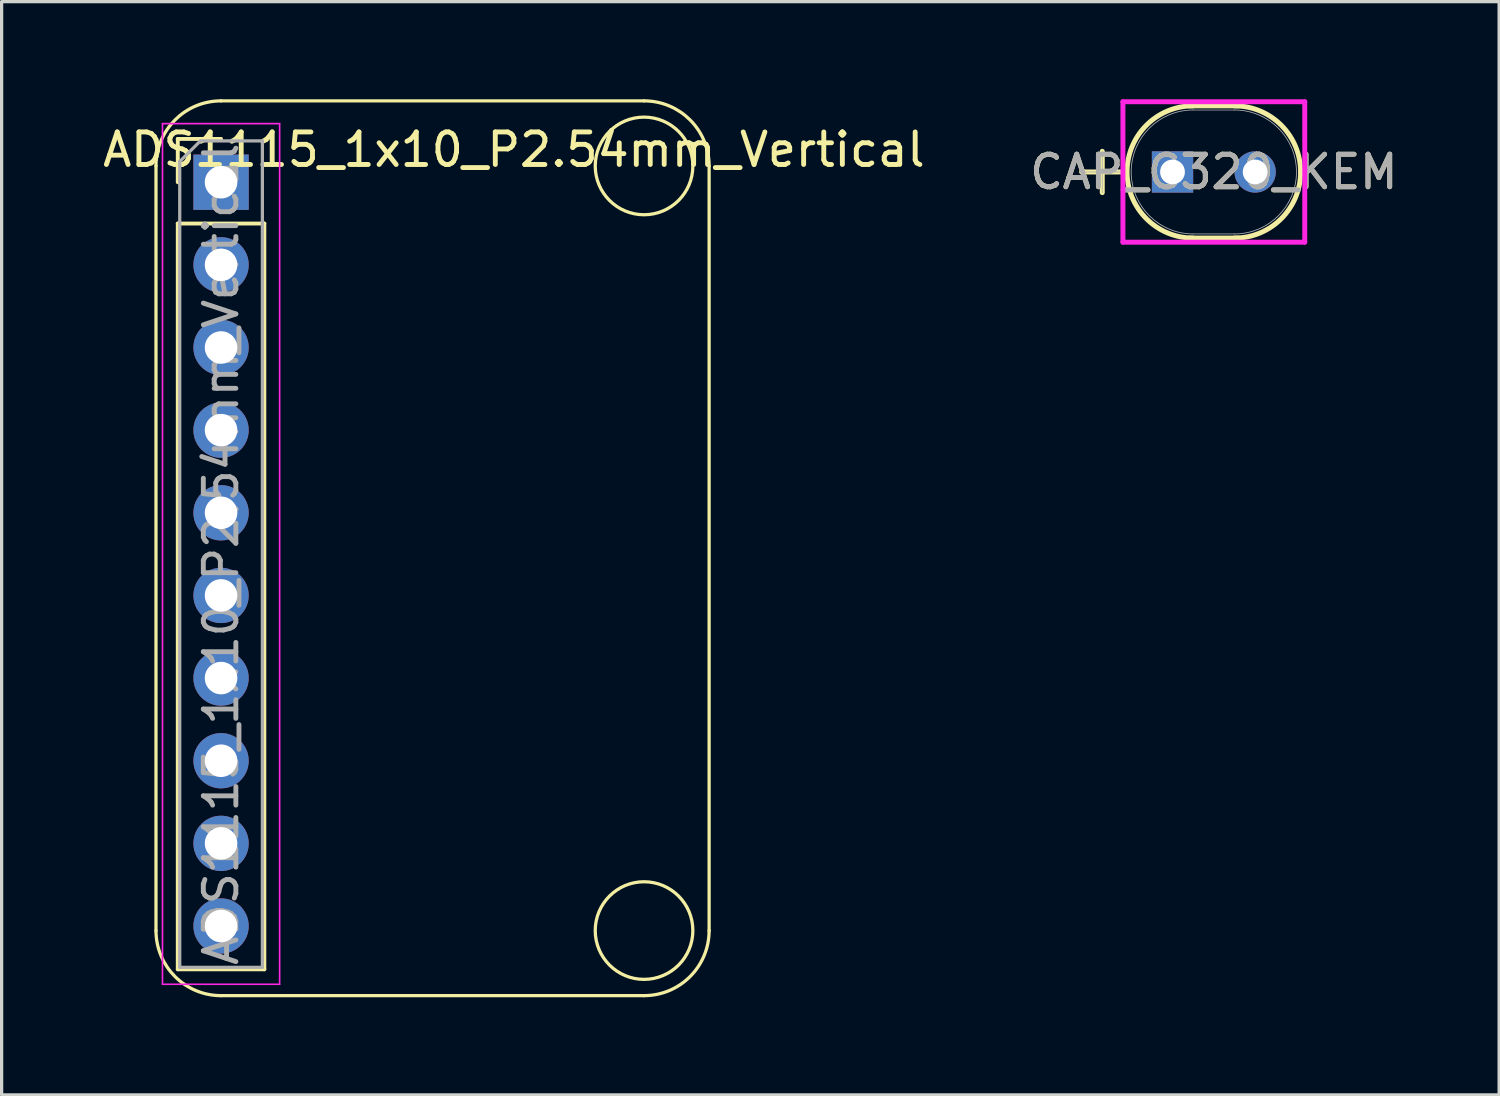
<source format=kicad_pcb>
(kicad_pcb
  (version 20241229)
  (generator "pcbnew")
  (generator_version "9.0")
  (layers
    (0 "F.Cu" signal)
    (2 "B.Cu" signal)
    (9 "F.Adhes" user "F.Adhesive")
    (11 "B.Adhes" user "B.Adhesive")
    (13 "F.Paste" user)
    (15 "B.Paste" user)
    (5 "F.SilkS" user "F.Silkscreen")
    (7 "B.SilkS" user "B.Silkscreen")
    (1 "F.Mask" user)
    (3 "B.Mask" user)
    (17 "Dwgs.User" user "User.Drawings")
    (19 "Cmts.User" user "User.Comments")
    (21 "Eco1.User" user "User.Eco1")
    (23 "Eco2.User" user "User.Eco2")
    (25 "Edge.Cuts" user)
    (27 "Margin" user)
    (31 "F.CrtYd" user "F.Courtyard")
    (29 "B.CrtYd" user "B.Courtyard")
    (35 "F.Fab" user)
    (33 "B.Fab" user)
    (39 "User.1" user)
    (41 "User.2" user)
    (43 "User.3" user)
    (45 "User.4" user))
  (footprint "ADS1115_1x10_P2.54mm_Vertical"
    (layer "F.Cu")
    (at 3.744 2.55)
    (property "Reference" "ADS1115_1x10_P2.54mm_Vertical" (at 9 -1 0) (layer "F.SilkS") (effects (font (size 1 1) (thickness 0.15))))
    (attr through_hole)
    (fp_line (start -2 23) (end -2 -0.5) (stroke (width 0.1) (type default)) (layer "F.SilkS"))
    (fp_line (start -1.33 -1.33) (end 0 -1.33) (stroke (width 0.12) (type solid)) (layer "F.SilkS"))
    (fp_line (start -1.33 0) (end -1.33 -1.33) (stroke (width 0.12) (type solid)) (layer "F.SilkS"))
    (fp_line (start -1.33 1.27) (end -1.33 24.19) (stroke (width 0.12) (type solid)) (layer "F.SilkS"))
    (fp_line (start -1.33 1.27) (end 1.33 1.27) (stroke (width 0.12) (type solid)) (layer "F.SilkS"))
    (fp_line (start -1.33 24.19) (end 1.33 24.19) (stroke (width 0.12) (type solid)) (layer "F.SilkS"))
    (fp_line (start 0 -2.5) (end 13 -2.5) (stroke (width 0.1) (type default)) (layer "F.SilkS"))
    (fp_line (start 1.33 1.27) (end 1.33 24.19) (stroke (width 0.12) (type solid)) (layer "F.SilkS"))
    (fp_line (start 13 25) (end 0 25) (stroke (width 0.1) (type default)) (layer "F.SilkS"))
    (fp_line (start 15 -0.5) (end 15 23) (stroke (width 0.1) (type default)) (layer "F.SilkS"))
    (fp_arc (start -2 -0.5) (mid -1.414214 -1.914214) (end 0 -2.5) (stroke (width 0.1) (type default)) (layer "F.SilkS"))
    (fp_arc (start 0 25) (mid -1.414214 24.414214) (end -2 23) (stroke (width 0.1) (type default)) (layer "F.SilkS"))
    (fp_arc (start 13 -2.5) (mid 14.414214 -1.914214) (end 15 -0.5) (stroke (width 0.1) (type default)) (layer "F.SilkS"))
    (fp_arc (start 15 23) (mid 14.414214 24.414214) (end 13 25) (stroke (width 0.1) (type default)) (layer "F.SilkS"))
    (fp_circle (center 13 -0.5) (end 14.5 -0.5) (stroke (width 0.1) (type default)) (fill no) (layer "F.SilkS"))
    (fp_circle (center 13 23) (end 14.5 23) (stroke (width 0.1) (type default)) (fill no) (layer "F.SilkS"))
    (fp_line (start -1.8 -1.8) (end -1.8 24.65) (stroke (width 0.05) (type solid)) (layer "F.CrtYd"))
    (fp_line (start -1.8 24.65) (end 1.8 24.65) (stroke (width 0.05) (type solid)) (layer "F.CrtYd"))
    (fp_line (start 1.8 -1.8) (end -1.8 -1.8) (stroke (width 0.05) (type solid)) (layer "F.CrtYd"))
    (fp_line (start 1.8 24.65) (end 1.8 -1.8) (stroke (width 0.05) (type solid)) (layer "F.CrtYd"))
    (fp_line (start -1.27 -0.635) (end -0.635 -1.27) (stroke (width 0.1) (type solid)) (layer "F.Fab"))
    (fp_line (start -1.27 24.13) (end -1.27 -0.635) (stroke (width 0.1) (type solid)) (layer "F.Fab"))
    (fp_line (start -0.635 -1.27) (end 1.27 -1.27) (stroke (width 0.1) (type solid)) (layer "F.Fab"))
    (fp_line (start 1.27 -1.27) (end 1.27 24.13) (stroke (width 0.1) (type solid)) (layer "F.Fab"))
    (fp_line (start 1.27 24.13) (end -1.27 24.13) (stroke (width 0.1) (type solid)) (layer "F.Fab"))
    (fp_text user "${REFERENCE}" (at 0 11.43 90) (layer "F.Fab") (effects (font (size 1 1) (thickness 0.15))))
    (pad "1" thru_hole rect (at 0 0) (size 1.7 1.7) (drill 1) (layers "*.Cu" "*.Mask"))
    (pad "2" thru_hole oval (at 0 2.54) (size 1.7 1.7) (drill 1) (layers "*.Cu" "*.Mask"))
    (pad "3" thru_hole oval (at 0 5.08) (size 1.7 1.7) (drill 1) (layers "*.Cu" "*.Mask"))
    (pad "4" thru_hole oval (at 0 7.62) (size 1.7 1.7) (drill 1) (layers "*.Cu" "*.Mask"))
    (pad "5" thru_hole oval (at 0 10.16) (size 1.7 1.7) (drill 1) (layers "*.Cu" "*.Mask"))
    (pad "6" thru_hole oval (at 0 12.7) (size 1.7 1.7) (drill 1) (layers "*.Cu" "*.Mask"))
    (pad "7" thru_hole oval (at 0 15.24) (size 1.7 1.7) (drill 1) (layers "*.Cu" "*.Mask"))
    (pad "8" thru_hole oval (at 0 17.78) (size 1.7 1.7) (drill 1) (layers "*.Cu" "*.Mask"))
    (pad "9" thru_hole oval (at 0 20.32) (size 1.7 1.7) (drill 1) (layers "*.Cu" "*.Mask"))
    (pad "10" thru_hole oval (at 0 22.86) (size 1.7 1.7) (drill 1) (layers "*.Cu" "*.Mask")))
  (footprint "CAP_C320_KEM"
    (layer "F.Cu")
    (at 32.986 2.235)
    (property "Reference" "CAP_C320_KEM" (at 1.27 0 0) (unlocked yes) (layer "F.SilkS") (effects (font (size 1 1) (thickness 0.15))))
    (attr through_hole)
    (fp_line (start -2.794 0) (end -1.524 0) (stroke (width 0.152) (type solid)) (layer "F.SilkS"))
    (fp_line (start -2.159 -0.635) (end -2.159 0.635) (stroke (width 0.152) (type solid)) (layer "F.SilkS"))
    (fp_line (start 0.508 -2.032) (end 2.032 -2.032) (stroke (width 0.152) (type solid)) (layer "F.SilkS"))
    (fp_line (start 0.508 2.032) (end 2.032 2.032) (stroke (width 0.152) (type solid)) (layer "F.SilkS"))
    (fp_arc (start 0.635 2.032) (mid -1.397 0) (end 0.635 -2.032) (stroke (width 0.1524) (type solid)) (layer "F.SilkS"))
    (fp_arc (start 1.905 -2.032) (mid 3.341841 -1.436841) (end 3.937 0) (stroke (width 0.1524) (type solid)) (layer "F.SilkS"))
    (fp_arc (start 3.937 0) (mid 3.341841 1.436841) (end 1.905 2.032) (stroke (width 0.1524) (type solid)) (layer "F.SilkS"))
    (fp_line (start -1.524 -2.159) (end 4.064 -2.159) (stroke (width 0.152) (type solid)) (layer "F.CrtYd"))
    (fp_line (start -1.524 2.159) (end -1.524 -2.159) (stroke (width 0.152) (type solid)) (layer "F.CrtYd"))
    (fp_line (start 4.064 -2.159) (end 4.064 2.159) (stroke (width 0.152) (type solid)) (layer "F.CrtYd"))
    (fp_line (start 4.064 2.159) (end -1.524 2.159) (stroke (width 0.152) (type solid)) (layer "F.CrtYd"))
    (fp_line (start -2.794 0) (end -1.524 0) (stroke (width 0.025) (type solid)) (layer "F.Fab"))
    (fp_line (start -2.159 -0.635) (end -2.159 0.635) (stroke (width 0.025) (type solid)) (layer "F.Fab"))
    (fp_line (start 0.635 -1.905) (end 1.905 -1.905) (stroke (width 0.025) (type solid)) (layer "F.Fab"))
    (fp_line (start 0.635 1.905) (end 1.905 1.905) (stroke (width 0.025) (type solid)) (layer "F.Fab"))
    (fp_arc (start 0.635 1.905) (mid -1.27 0) (end 0.635 -1.905) (stroke (width 0.0254) (type solid)) (layer "F.Fab"))
    (fp_arc (start 1.905 -1.905) (mid 3.81 0) (end 1.905 1.905) (stroke (width 0.0254) (type solid)) (layer "F.Fab"))
    (fp_text user "${REFERENCE}" (at 1.27 0 0) (unlocked yes) (layer "F.Fab") (effects (font (size 1 1) (thickness 0.15))))
    (pad "1" thru_hole rect (at 0 0) (size 1.27 1.27) (drill 0.762) (layers "*.Cu" "*.Mask"))
    (pad "2" thru_hole circle (at 2.54 0) (size 1.27 1.27) (drill 0.762) (layers "*.Cu" "*.Mask")))
  (gr_rect
    (start -3 -3)
    (end 43.024 30.6)
    (stroke (width 0.1) (type default))
    (fill no)
    (layer "Edge.Cuts")))
</source>
